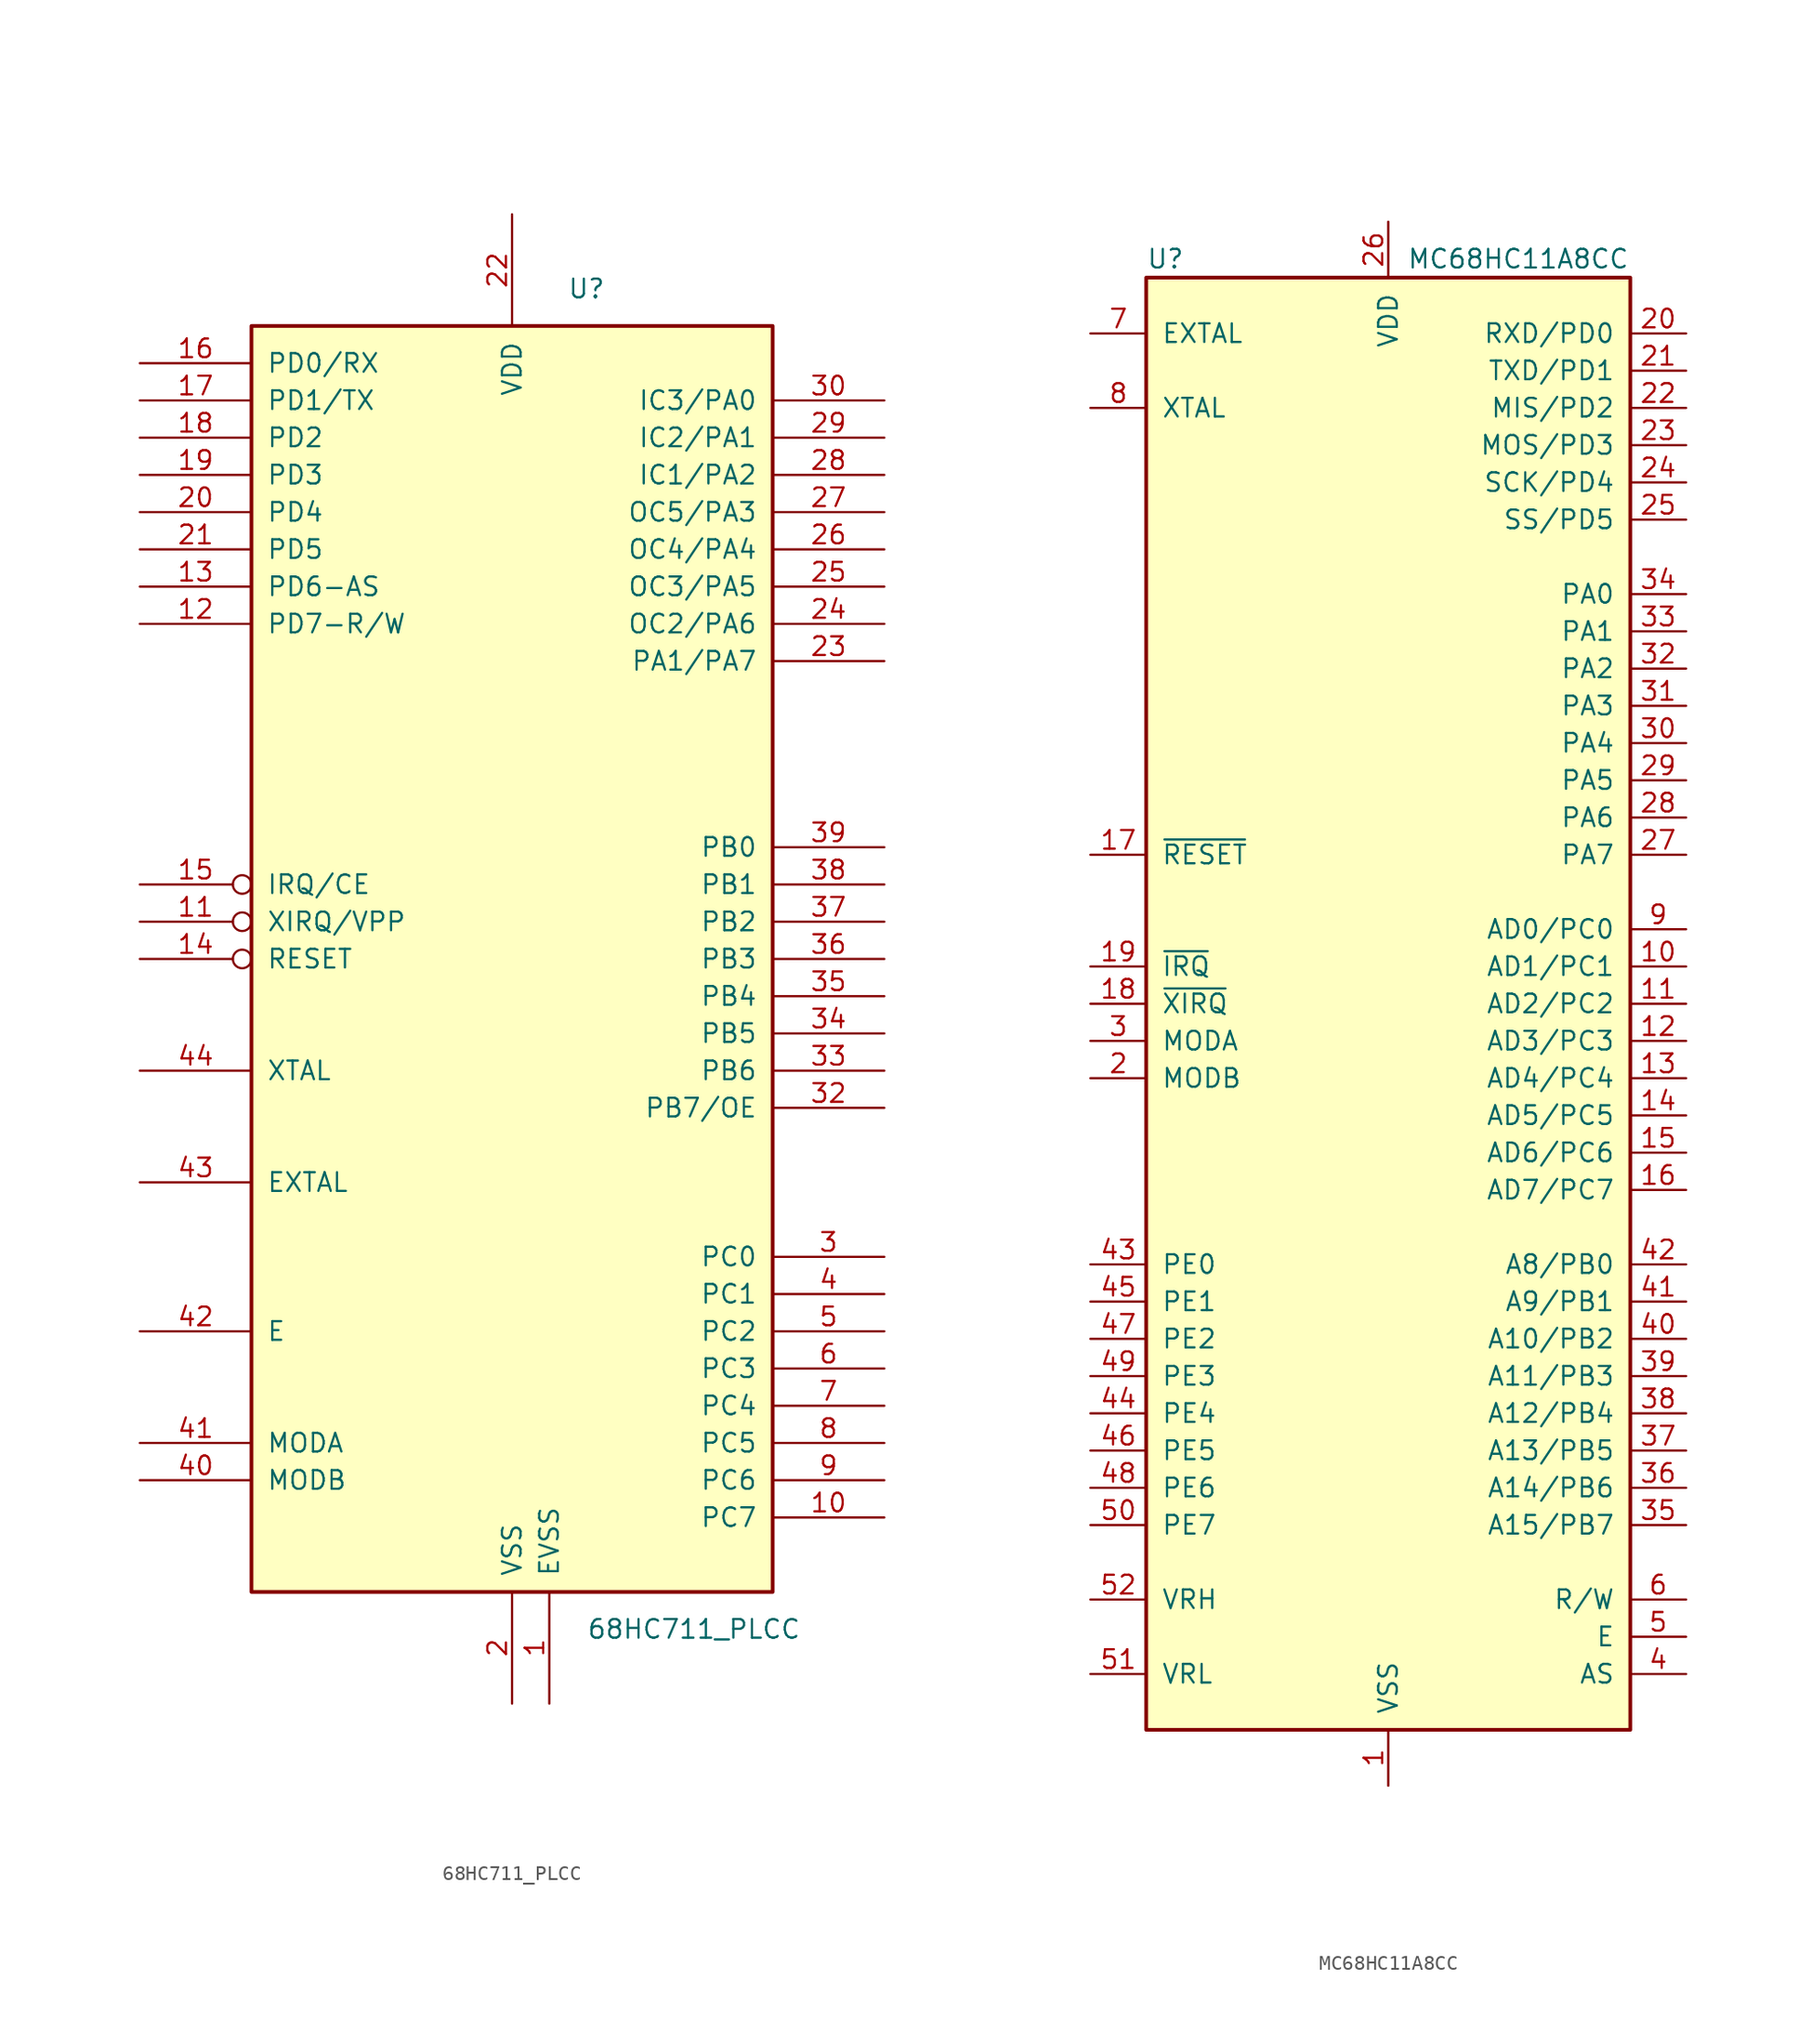
<source format=kicad_sym>
(kicad_symbol_lib
  (version 20201005)
  (generator kicad_symbol_editor)
  (symbol "68HC711_PLCC"
    (pin_names
      (offset 1.016))
    (property "Reference" "U"
      (at 5.08 45.72 0)
      (effects (font (size 1.27 1.27))))
    (property "Value" "68HC711_PLCC"
      (at 5.08 -45.72 0)
      (effects (font (size 1.27 1.27)) (justify left)))
    (symbol "68HC711_PLCC_0_1"
      (rectangle (start -17.78 -43.18) (end 17.78 43.18) (stroke (width 0.254)) (fill (type background))))
    (symbol "68HC711_PLCC_1_1"
      (pin power_in line (at 2.54 -50.8 90) (length 7.62) (name "EVSS" (effects (font (size 1.27 1.27)))) (number "1" (effects (font (size 1.27 1.27)))))
      (pin input line (at 25.4 -38.1 180) (length 7.62) (name "PC7" (effects (font (size 1.27 1.27)))) (number "10" (effects (font (size 1.27 1.27)))))
      (pin input inverted (at -25.4 2.54 0) (length 7.62) (name "XIRQ/VPP" (effects (font (size 1.27 1.27)))) (number "11" (effects (font (size 1.27 1.27)))))
      (pin output line (at -25.4 22.86 0) (length 7.62) (name "PD7-R/W" (effects (font (size 1.27 1.27)))) (number "12" (effects (font (size 1.27 1.27)))))
      (pin input line (at -25.4 25.4 0) (length 7.62) (name "PD6-AS" (effects (font (size 1.27 1.27)))) (number "13" (effects (font (size 1.27 1.27)))))
      (pin input inverted (at -25.4 0 0) (length 7.62) (name "RESET" (effects (font (size 1.27 1.27)))) (number "14" (effects (font (size 1.27 1.27)))))
      (pin input inverted (at -25.4 5.08 0) (length 7.62) (name "IRQ/CE" (effects (font (size 1.27 1.27)))) (number "15" (effects (font (size 1.27 1.27)))))
      (pin input line (at -25.4 40.64 0) (length 7.62) (name "PD0/RX" (effects (font (size 1.27 1.27)))) (number "16" (effects (font (size 1.27 1.27)))))
      (pin input line (at -25.4 38.1 0) (length 7.62) (name "PD1/TX" (effects (font (size 1.27 1.27)))) (number "17" (effects (font (size 1.27 1.27)))))
      (pin input line (at -25.4 35.56 0) (length 7.62) (name "PD2" (effects (font (size 1.27 1.27)))) (number "18" (effects (font (size 1.27 1.27)))))
      (pin input line (at -25.4 33.02 0) (length 7.62) (name "PD3" (effects (font (size 1.27 1.27)))) (number "19" (effects (font (size 1.27 1.27)))))
      (pin power_in line (at 0 -50.8 90) (length 7.62) (name "VSS" (effects (font (size 1.27 1.27)))) (number "2" (effects (font (size 1.27 1.27)))))
      (pin input line (at -25.4 30.48 0) (length 7.62) (name "PD4" (effects (font (size 1.27 1.27)))) (number "20" (effects (font (size 1.27 1.27)))))
      (pin input line (at -25.4 27.94 0) (length 7.62) (name "PD5" (effects (font (size 1.27 1.27)))) (number "21" (effects (font (size 1.27 1.27)))))
      (pin power_in line (at 0 50.8 270) (length 7.62) (name "VDD" (effects (font (size 1.27 1.27)))) (number "22" (effects (font (size 1.27 1.27)))))
      (pin input line (at 25.4 20.32 180) (length 7.62) (name "PA1/PA7" (effects (font (size 1.27 1.27)))) (number "23" (effects (font (size 1.27 1.27)))))
      (pin output line (at 25.4 22.86 180) (length 7.62) (name "OC2/PA6" (effects (font (size 1.27 1.27)))) (number "24" (effects (font (size 1.27 1.27)))))
      (pin output line (at 25.4 25.4 180) (length 7.62) (name "OC3/PA5" (effects (font (size 1.27 1.27)))) (number "25" (effects (font (size 1.27 1.27)))))
      (pin output line (at 25.4 27.94 180) (length 7.62) (name "OC4/PA4" (effects (font (size 1.27 1.27)))) (number "26" (effects (font (size 1.27 1.27)))))
      (pin output line (at 25.4 30.48 180) (length 7.62) (name "OC5/PA3" (effects (font (size 1.27 1.27)))) (number "27" (effects (font (size 1.27 1.27)))))
      (pin input line (at 25.4 33.02 180) (length 7.62) (name "IC1/PA2" (effects (font (size 1.27 1.27)))) (number "28" (effects (font (size 1.27 1.27)))))
      (pin input line (at 25.4 35.56 180) (length 7.62) (name "IC2/PA1" (effects (font (size 1.27 1.27)))) (number "29" (effects (font (size 1.27 1.27)))))
      (pin input line (at 25.4 -20.32 180) (length 7.62) (name "PC0" (effects (font (size 1.27 1.27)))) (number "3" (effects (font (size 1.27 1.27)))))
      (pin input line (at 25.4 38.1 180) (length 7.62) (name "IC3/PA0" (effects (font (size 1.27 1.27)))) (number "30" (effects (font (size 1.27 1.27)))))
      (pin output line (at 25.4 -10.16 180) (length 7.62) (name "PB7/OE" (effects (font (size 1.27 1.27)))) (number "32" (effects (font (size 1.27 1.27)))))
      (pin output line (at 25.4 -7.62 180) (length 7.62) (name "PB6" (effects (font (size 1.27 1.27)))) (number "33" (effects (font (size 1.27 1.27)))))
      (pin output line (at 25.4 -5.08 180) (length 7.62) (name "PB5" (effects (font (size 1.27 1.27)))) (number "34" (effects (font (size 1.27 1.27)))))
      (pin output line (at 25.4 -2.54 180) (length 7.62) (name "PB4" (effects (font (size 1.27 1.27)))) (number "35" (effects (font (size 1.27 1.27)))))
      (pin output line (at 25.4 0 180) (length 7.62) (name "PB3" (effects (font (size 1.27 1.27)))) (number "36" (effects (font (size 1.27 1.27)))))
      (pin output line (at 25.4 2.54 180) (length 7.62) (name "PB2" (effects (font (size 1.27 1.27)))) (number "37" (effects (font (size 1.27 1.27)))))
      (pin output line (at 25.4 5.08 180) (length 7.62) (name "PB1" (effects (font (size 1.27 1.27)))) (number "38" (effects (font (size 1.27 1.27)))))
      (pin output line (at 25.4 7.62 180) (length 7.62) (name "PB0" (effects (font (size 1.27 1.27)))) (number "39" (effects (font (size 1.27 1.27)))))
      (pin input line (at 25.4 -22.86 180) (length 7.62) (name "PC1" (effects (font (size 1.27 1.27)))) (number "4" (effects (font (size 1.27 1.27)))))
      (pin input line (at -25.4 -35.56 0) (length 7.62) (name "MODB" (effects (font (size 1.27 1.27)))) (number "40" (effects (font (size 1.27 1.27)))))
      (pin input line (at -25.4 -33.02 0) (length 7.62) (name "MODA" (effects (font (size 1.27 1.27)))) (number "41" (effects (font (size 1.27 1.27)))))
      (pin output line (at -25.4 -25.4 0) (length 7.62) (name "E" (effects (font (size 1.27 1.27)))) (number "42" (effects (font (size 1.27 1.27)))))
      (pin input line (at -25.4 -15.24 0) (length 7.62) (name "EXTAL" (effects (font (size 1.27 1.27)))) (number "43" (effects (font (size 1.27 1.27)))))
      (pin output line (at -25.4 -7.62 0) (length 7.62) (name "XTAL" (effects (font (size 1.27 1.27)))) (number "44" (effects (font (size 1.27 1.27)))))
      (pin input line (at 25.4 -25.4 180) (length 7.62) (name "PC2" (effects (font (size 1.27 1.27)))) (number "5" (effects (font (size 1.27 1.27)))))
      (pin input line (at 25.4 -27.94 180) (length 7.62) (name "PC3" (effects (font (size 1.27 1.27)))) (number "6" (effects (font (size 1.27 1.27)))))
      (pin input line (at 25.4 -30.48 180) (length 7.62) (name "PC4" (effects (font (size 1.27 1.27)))) (number "7" (effects (font (size 1.27 1.27)))))
      (pin input line (at 25.4 -33.02 180) (length 7.62) (name "PC5" (effects (font (size 1.27 1.27)))) (number "8" (effects (font (size 1.27 1.27)))))
      (pin input line (at 25.4 -35.56 180) (length 7.62) (name "PC6" (effects (font (size 1.27 1.27)))) (number "9" (effects (font (size 1.27 1.27)))))))
  (symbol "MC68HC11A8CC"
    (pin_names
      (offset 1.016))
    (property "Reference" "U"
      (at -16.51 50.8 0)
      (effects (font (size 1.27 1.27)) (justify left)))
    (property "Value" "MC68HC11A8CC"
      (at 1.27 50.8 0)
      (effects (font (size 1.27 1.27)) (justify left)))
    (symbol "MC68HC11A8CC_0_1"
      (rectangle (start -16.51 49.53) (end 16.51 -49.53) (stroke (width 0.254)) (fill (type background))))
    (symbol "MC68HC11A8CC_1_1"
      (pin power_in line (at 0 -53.34 90) (length 3.81) (name "VSS" (effects (font (size 1.27 1.27)))) (number "1" (effects (font (size 1.27 1.27)))))
      (pin bidirectional line (at 20.32 2.54 180) (length 3.81) (name "AD1/PC1" (effects (font (size 1.27 1.27)))) (number "10" (effects (font (size 1.27 1.27)))))
      (pin bidirectional line (at 20.32 0 180) (length 3.81) (name "AD2/PC2" (effects (font (size 1.27 1.27)))) (number "11" (effects (font (size 1.27 1.27)))))
      (pin bidirectional line (at 20.32 -2.54 180) (length 3.81) (name "AD3/PC3" (effects (font (size 1.27 1.27)))) (number "12" (effects (font (size 1.27 1.27)))))
      (pin bidirectional line (at 20.32 -5.08 180) (length 3.81) (name "AD4/PC4" (effects (font (size 1.27 1.27)))) (number "13" (effects (font (size 1.27 1.27)))))
      (pin bidirectional line (at 20.32 -7.62 180) (length 3.81) (name "AD5/PC5" (effects (font (size 1.27 1.27)))) (number "14" (effects (font (size 1.27 1.27)))))
      (pin bidirectional line (at 20.32 -10.16 180) (length 3.81) (name "AD6/PC6" (effects (font (size 1.27 1.27)))) (number "15" (effects (font (size 1.27 1.27)))))
      (pin bidirectional line (at 20.32 -12.7 180) (length 3.81) (name "AD7/PC7" (effects (font (size 1.27 1.27)))) (number "16" (effects (font (size 1.27 1.27)))))
      (pin input line (at -20.32 10.16 0) (length 3.81) (name "~RESET" (effects (font (size 1.27 1.27)))) (number "17" (effects (font (size 1.27 1.27)))))
      (pin input line (at -20.32 0 0) (length 3.81) (name "~XIRQ" (effects (font (size 1.27 1.27)))) (number "18" (effects (font (size 1.27 1.27)))))
      (pin input line (at -20.32 2.54 0) (length 3.81) (name "~IRQ" (effects (font (size 1.27 1.27)))) (number "19" (effects (font (size 1.27 1.27)))))
      (pin input line (at -20.32 -5.08 0) (length 3.81) (name "MODB" (effects (font (size 1.27 1.27)))) (number "2" (effects (font (size 1.27 1.27)))))
      (pin bidirectional line (at 20.32 45.72 180) (length 3.81) (name "RXD/PD0" (effects (font (size 1.27 1.27)))) (number "20" (effects (font (size 1.27 1.27)))))
      (pin bidirectional line (at 20.32 43.18 180) (length 3.81) (name "TXD/PD1" (effects (font (size 1.27 1.27)))) (number "21" (effects (font (size 1.27 1.27)))))
      (pin bidirectional line (at 20.32 40.64 180) (length 3.81) (name "MIS/PD2" (effects (font (size 1.27 1.27)))) (number "22" (effects (font (size 1.27 1.27)))))
      (pin bidirectional line (at 20.32 38.1 180) (length 3.81) (name "MOS/PD3" (effects (font (size 1.27 1.27)))) (number "23" (effects (font (size 1.27 1.27)))))
      (pin bidirectional line (at 20.32 35.56 180) (length 3.81) (name "SCK/PD4" (effects (font (size 1.27 1.27)))) (number "24" (effects (font (size 1.27 1.27)))))
      (pin bidirectional line (at 20.32 33.02 180) (length 3.81) (name "SS/PD5" (effects (font (size 1.27 1.27)))) (number "25" (effects (font (size 1.27 1.27)))))
      (pin power_in line (at 0 53.34 270) (length 3.81) (name "VDD" (effects (font (size 1.27 1.27)))) (number "26" (effects (font (size 1.27 1.27)))))
      (pin bidirectional line (at 20.32 10.16 180) (length 3.81) (name "PA7" (effects (font (size 1.27 1.27)))) (number "27" (effects (font (size 1.27 1.27)))))
      (pin output line (at 20.32 12.7 180) (length 3.81) (name "PA6" (effects (font (size 1.27 1.27)))) (number "28" (effects (font (size 1.27 1.27)))))
      (pin output line (at 20.32 15.24 180) (length 3.81) (name "PA5" (effects (font (size 1.27 1.27)))) (number "29" (effects (font (size 1.27 1.27)))))
      (pin bidirectional line (at -20.32 -2.54 0) (length 3.81) (name "MODA" (effects (font (size 1.27 1.27)))) (number "3" (effects (font (size 1.27 1.27)))))
      (pin output line (at 20.32 17.78 180) (length 3.81) (name "PA4" (effects (font (size 1.27 1.27)))) (number "30" (effects (font (size 1.27 1.27)))))
      (pin output line (at 20.32 20.32 180) (length 3.81) (name "PA3" (effects (font (size 1.27 1.27)))) (number "31" (effects (font (size 1.27 1.27)))))
      (pin input line (at 20.32 22.86 180) (length 3.81) (name "PA2" (effects (font (size 1.27 1.27)))) (number "32" (effects (font (size 1.27 1.27)))))
      (pin input line (at 20.32 25.4 180) (length 3.81) (name "PA1" (effects (font (size 1.27 1.27)))) (number "33" (effects (font (size 1.27 1.27)))))
      (pin input line (at 20.32 27.94 180) (length 3.81) (name "PA0" (effects (font (size 1.27 1.27)))) (number "34" (effects (font (size 1.27 1.27)))))
      (pin output line (at 20.32 -35.56 180) (length 3.81) (name "A15/PB7" (effects (font (size 1.27 1.27)))) (number "35" (effects (font (size 1.27 1.27)))))
      (pin output line (at 20.32 -33.02 180) (length 3.81) (name "A14/PB6" (effects (font (size 1.27 1.27)))) (number "36" (effects (font (size 1.27 1.27)))))
      (pin output line (at 20.32 -30.48 180) (length 3.81) (name "A13/PB5" (effects (font (size 1.27 1.27)))) (number "37" (effects (font (size 1.27 1.27)))))
      (pin output line (at 20.32 -27.94 180) (length 3.81) (name "A12/PB4" (effects (font (size 1.27 1.27)))) (number "38" (effects (font (size 1.27 1.27)))))
      (pin output line (at 20.32 -25.4 180) (length 3.81) (name "A11/PB3" (effects (font (size 1.27 1.27)))) (number "39" (effects (font (size 1.27 1.27)))))
      (pin output line (at 20.32 -45.72 180) (length 3.81) (name "AS" (effects (font (size 1.27 1.27)))) (number "4" (effects (font (size 1.27 1.27)))))
      (pin output line (at 20.32 -22.86 180) (length 3.81) (name "A10/PB2" (effects (font (size 1.27 1.27)))) (number "40" (effects (font (size 1.27 1.27)))))
      (pin output line (at 20.32 -20.32 180) (length 3.81) (name "A9/PB1" (effects (font (size 1.27 1.27)))) (number "41" (effects (font (size 1.27 1.27)))))
      (pin output line (at 20.32 -17.78 180) (length 3.81) (name "A8/PB0" (effects (font (size 1.27 1.27)))) (number "42" (effects (font (size 1.27 1.27)))))
      (pin input line (at -20.32 -17.78 0) (length 3.81) (name "PE0" (effects (font (size 1.27 1.27)))) (number "43" (effects (font (size 1.27 1.27)))))
      (pin input line (at -20.32 -27.94 0) (length 3.81) (name "PE4" (effects (font (size 1.27 1.27)))) (number "44" (effects (font (size 1.27 1.27)))))
      (pin input line (at -20.32 -20.32 0) (length 3.81) (name "PE1" (effects (font (size 1.27 1.27)))) (number "45" (effects (font (size 1.27 1.27)))))
      (pin input line (at -20.32 -30.48 0) (length 3.81) (name "PE5" (effects (font (size 1.27 1.27)))) (number "46" (effects (font (size 1.27 1.27)))))
      (pin input line (at -20.32 -22.86 0) (length 3.81) (name "PE2" (effects (font (size 1.27 1.27)))) (number "47" (effects (font (size 1.27 1.27)))))
      (pin input line (at -20.32 -33.02 0) (length 3.81) (name "PE6" (effects (font (size 1.27 1.27)))) (number "48" (effects (font (size 1.27 1.27)))))
      (pin input line (at -20.32 -25.4 0) (length 3.81) (name "PE3" (effects (font (size 1.27 1.27)))) (number "49" (effects (font (size 1.27 1.27)))))
      (pin output line (at 20.32 -43.18 180) (length 3.81) (name "E" (effects (font (size 1.27 1.27)))) (number "5" (effects (font (size 1.27 1.27)))))
      (pin input line (at -20.32 -35.56 0) (length 3.81) (name "PE7" (effects (font (size 1.27 1.27)))) (number "50" (effects (font (size 1.27 1.27)))))
      (pin input line (at -20.32 -45.72 0) (length 3.81) (name "VRL" (effects (font (size 1.27 1.27)))) (number "51" (effects (font (size 1.27 1.27)))))
      (pin input line (at -20.32 -40.64 0) (length 3.81) (name "VRH" (effects (font (size 1.27 1.27)))) (number "52" (effects (font (size 1.27 1.27)))))
      (pin output line (at 20.32 -40.64 180) (length 3.81) (name "R/W" (effects (font (size 1.27 1.27)))) (number "6" (effects (font (size 1.27 1.27)))))
      (pin input line (at -20.32 45.72 0) (length 3.81) (name "EXTAL" (effects (font (size 1.27 1.27)))) (number "7" (effects (font (size 1.27 1.27)))))
      (pin output line (at -20.32 40.64 0) (length 3.81) (name "XTAL" (effects (font (size 1.27 1.27)))) (number "8" (effects (font (size 1.27 1.27)))))
      (pin bidirectional line (at 20.32 5.08 180) (length 3.81) (name "AD0/PC0" (effects (font (size 1.27 1.27)))) (number "9" (effects (font (size 1.27 1.27))))))))
</source>
